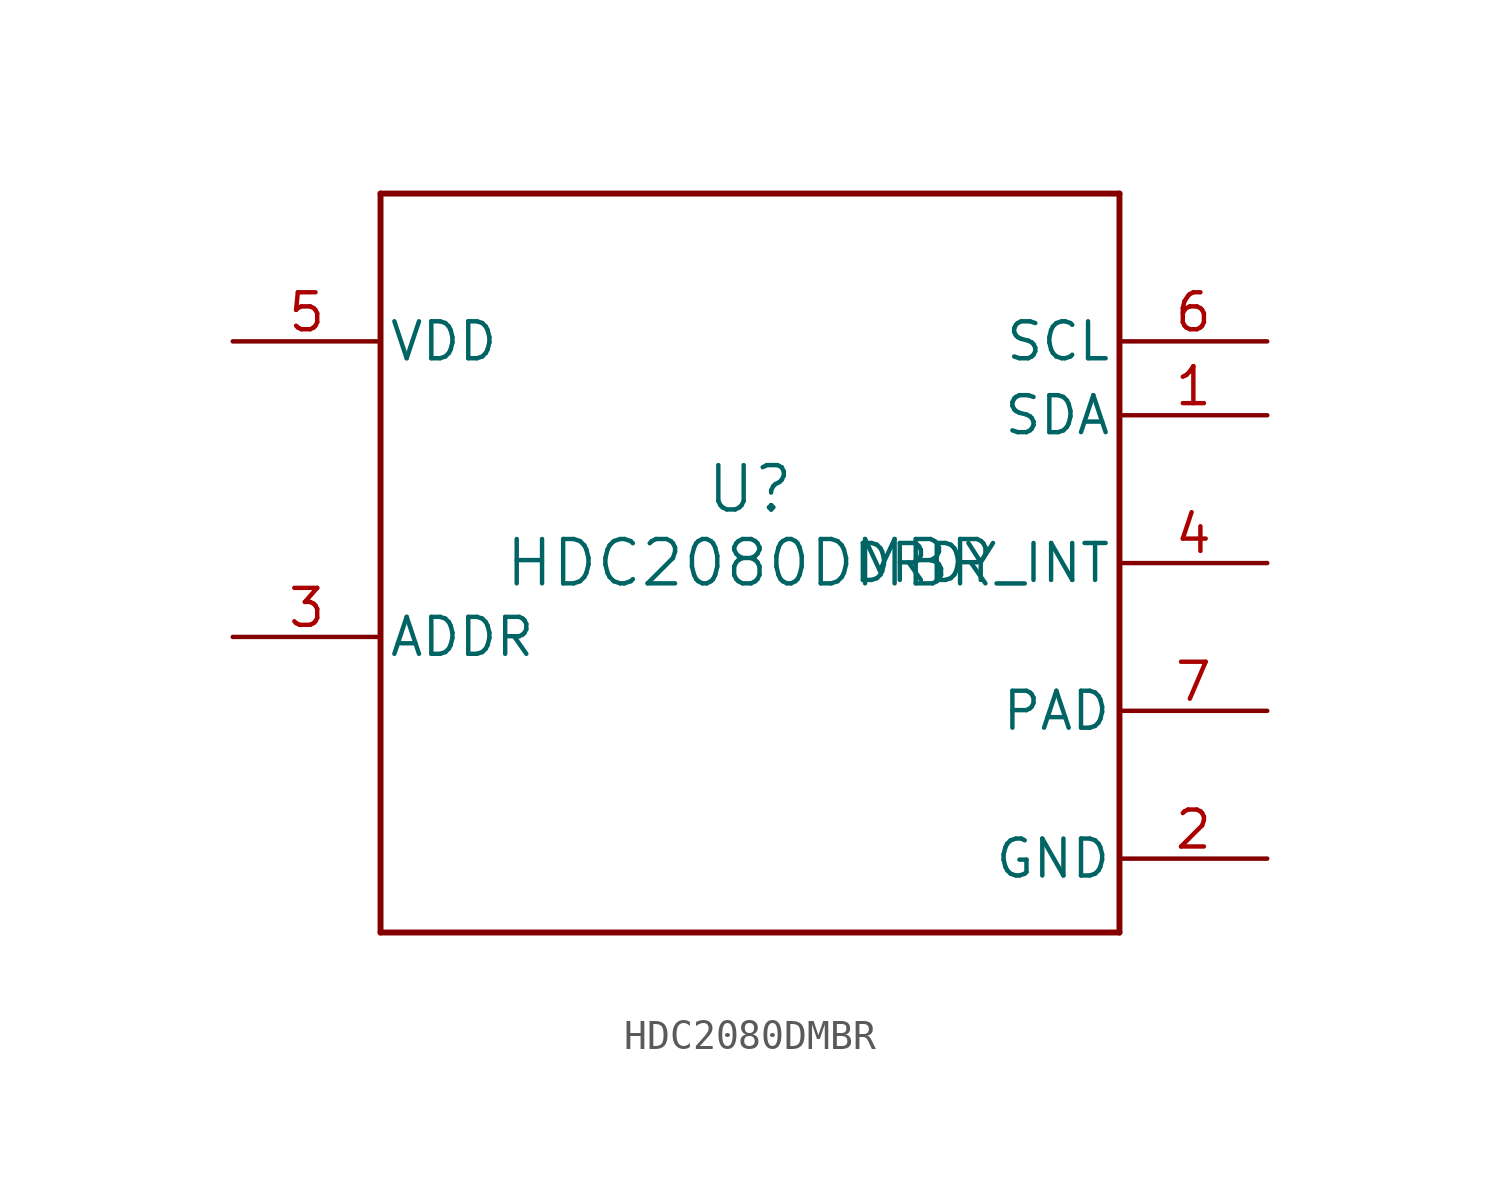
<source format=kicad_sym>
(kicad_symbol_lib
  (version 20211014)
  (generator kicad_symbol_editor)
  (symbol "HDC2080DMBR"
    (pin_names
      (offset 0.254))
    (property "Reference" "U"
      (at 0 2.54 0)
      (effects (font (size 1.524 1.524))))
    (property "Value" "HDC2080DMBR"
      (at 0 0 0)
      (effects (font (size 1.524 1.524))))
    (symbol "HDC2080DMBR_0_1"
      (polyline (pts (xy -12.7 -12.7) (xy 12.7 -12.7)) (stroke (width 0.203) (type default) (color 0 0 0 0)) (fill (type none)))
      (polyline (pts (xy 12.7 -12.7) (xy 12.7 12.7)) (stroke (width 0.203) (type default) (color 0 0 0 0)) (fill (type none)))
      (polyline (pts (xy 12.7 12.7) (xy -12.7 12.7)) (stroke (width 0.203) (type default) (color 0 0 0 0)) (fill (type none)))
      (polyline (pts (xy -12.7 12.7) (xy -12.7 -12.7)) (stroke (width 0.203) (type default) (color 0 0 0 0)) (fill (type none)))
      (pin bidirectional line (at 17.78 5.08 180) (length 5.08) (name "SDA" (effects (font (size 1.27 1.27)))) (number "1" (effects (font (size 1.27 1.27)))))
      (pin power_in line (at 17.78 -10.16 180) (length 5.08) (name "GND" (effects (font (size 1.27 1.27)))) (number "2" (effects (font (size 1.27 1.27)))))
      (pin input line (at -17.78 -2.54 0) (length 5.08) (name "ADDR" (effects (font (size 1.27 1.27)))) (number "3" (effects (font (size 1.27 1.27)))))
      (pin output line (at 17.78 0 180) (length 5.08) (name "DRDY_INT" (effects (font (size 1.27 1.27)))) (number "4" (effects (font (size 1.27 1.27)))))
      (pin power_in line (at -17.78 7.62 0) (length 5.08) (name "VDD" (effects (font (size 1.27 1.27)))) (number "5" (effects (font (size 1.27 1.27)))))
      (pin open_collector line (at 17.78 7.62 180) (length 5.08) (name "SCL" (effects (font (size 1.27 1.27)))) (number "6" (effects (font (size 1.27 1.27)))))
      (pin unspecified line (at 17.78 -5.08 180) (length 5.08) (name "PAD" (effects (font (size 1.27 1.27)))) (number "7" (effects (font (size 1.27 1.27))))))))
</source>
